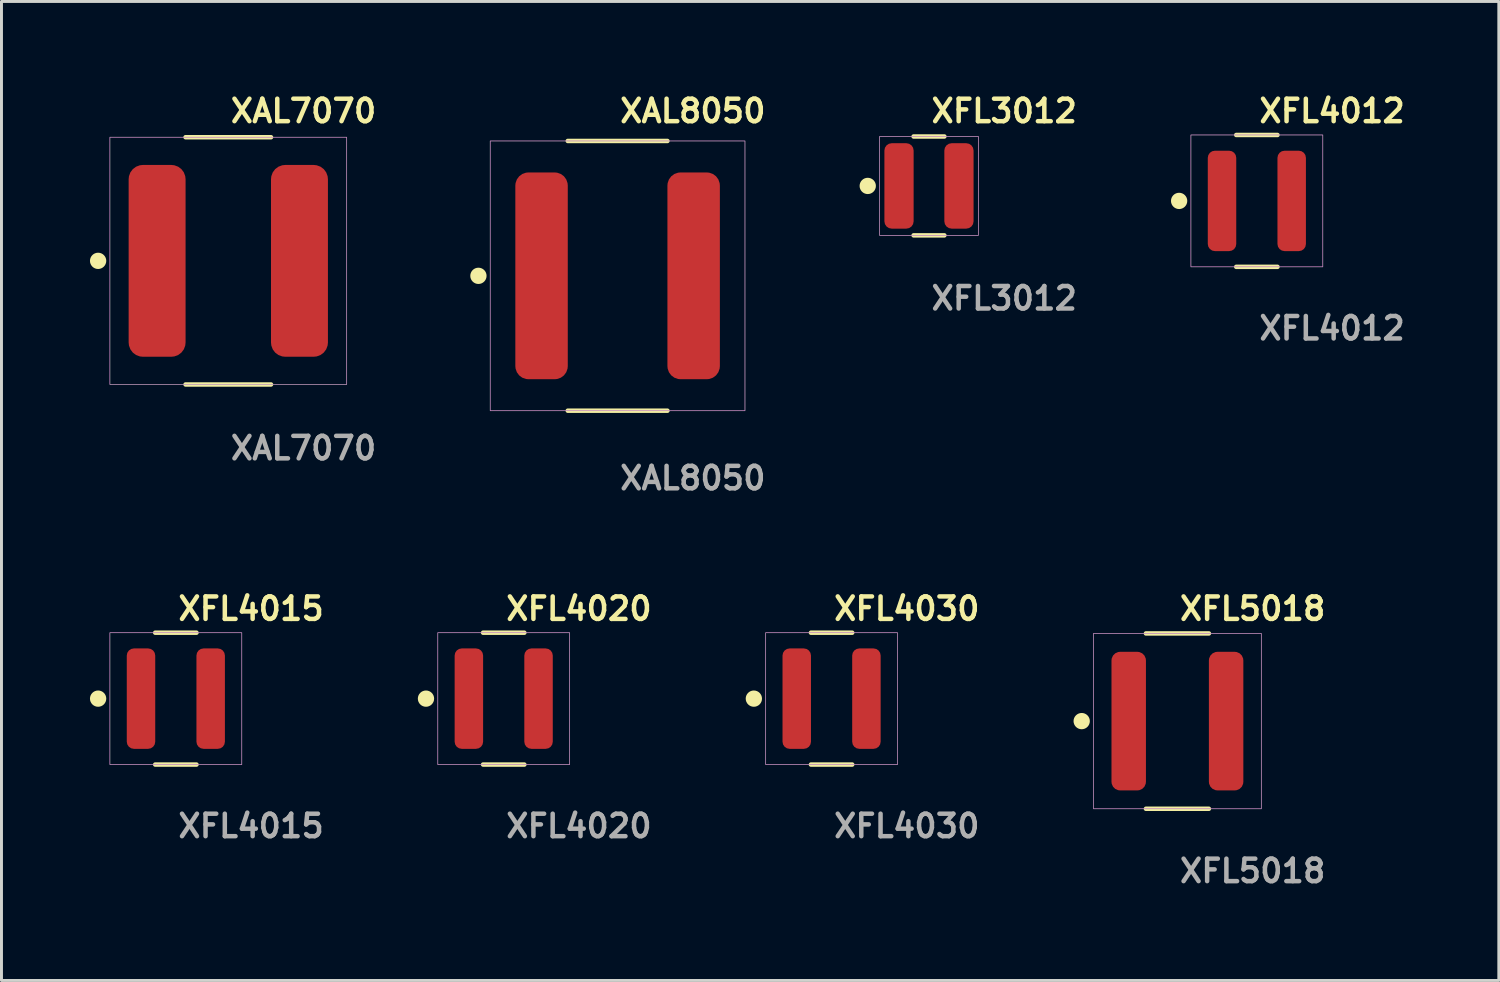
<source format=kicad_pcb>
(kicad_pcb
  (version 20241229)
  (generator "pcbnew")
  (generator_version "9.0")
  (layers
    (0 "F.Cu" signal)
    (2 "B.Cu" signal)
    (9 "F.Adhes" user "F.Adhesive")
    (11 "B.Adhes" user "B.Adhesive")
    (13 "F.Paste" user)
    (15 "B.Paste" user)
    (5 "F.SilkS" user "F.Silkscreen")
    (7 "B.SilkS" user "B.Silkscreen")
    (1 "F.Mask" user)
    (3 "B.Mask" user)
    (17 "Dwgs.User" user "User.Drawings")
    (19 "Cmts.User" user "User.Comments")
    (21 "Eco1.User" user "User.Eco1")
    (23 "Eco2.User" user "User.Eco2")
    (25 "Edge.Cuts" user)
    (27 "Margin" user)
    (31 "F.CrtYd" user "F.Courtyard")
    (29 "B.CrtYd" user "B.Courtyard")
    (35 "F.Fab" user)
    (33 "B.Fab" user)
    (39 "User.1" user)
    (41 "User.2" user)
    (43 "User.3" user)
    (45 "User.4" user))
  (footprint "XFL4015"
    (layer "F.Cu")
    (at 2.911 20.634)
    (property "Reference" "XFL4015" (at 0 -3.048 0) (unlocked yes) (layer "F.SilkS") (effects (font (size 0.762 0.762) (thickness 0.152)) (justify left)))
    (fp_line (start 0.699 -2.235) (end -0.699 -2.235) (stroke (width 0.152) (type solid)) (layer "F.SilkS"))
    (fp_line (start 0.699 2.235) (end -0.699 2.235) (stroke (width 0.152) (type solid)) (layer "F.SilkS"))
    (fp_circle (center -2.635 0) (end -2.835 0) (stroke (width 0.152) (type solid)) (fill yes) (layer "F.SilkS"))
    (fp_rect (start -2.235 -2.235) (end 2.235 2.235) (stroke (width 0.006) (type solid)) (fill no) (layer "F.CrtYd"))
    (fp_rect (start -2.235 -2.235) (end 2.235 2.235) (stroke (width 0.025) (type default)) (fill no) (layer "F.Fab"))
    (fp_text user "${REFERENCE}" (at 0 4.318 0) (unlocked yes) (layer "F.Fab") (effects (font (size 0.762 0.762) (thickness 0.152)) (justify left)))
    (pad "1" smd roundrect (at -1.181 0) (size 0.965 3.404) (layers "F.Cu" "F.Mask" "F.Paste") (roundrect_rratio 0.25))
    (pad "2" smd roundrect (at 1.181 0) (size 0.965 3.404) (layers "F.Cu" "F.Mask" "F.Paste") (roundrect_rratio 0.25)))
  (footprint "XAL8050"
    (layer "F.Cu")
    (at 17.887 6.301)
    (property "Reference" "XAL8050" (at 0 -5.588 0) (unlocked yes) (layer "F.SilkS") (effects (font (size 0.762 0.762) (thickness 0.152)) (justify left)))
    (fp_line (start 1.689 -4.572) (end -1.689 -4.572) (stroke (width 0.152) (type solid)) (layer "F.SilkS"))
    (fp_line (start 1.689 4.572) (end -1.689 4.572) (stroke (width 0.152) (type solid)) (layer "F.SilkS"))
    (fp_circle (center -4.718 0) (end -4.918 0) (stroke (width 0.152) (type solid)) (fill yes) (layer "F.SilkS"))
    (fp_rect (start -4.318 -4.572) (end 4.318 4.572) (stroke (width 0.006) (type solid)) (fill no) (layer "F.CrtYd"))
    (fp_rect (start -4.318 -4.572) (end 4.318 4.572) (stroke (width 0.025) (type default)) (fill no) (layer "F.Fab"))
    (fp_text user "${REFERENCE}" (at 0 6.858 0) (unlocked yes) (layer "F.Fab") (effects (font (size 0.762 0.762) (thickness 0.152)) (justify left)))
    (pad "1" smd roundrect (at -2.578 0) (size 1.778 7.01) (layers "F.Cu" "F.Mask" "F.Paste") (roundrect_rratio 0.25))
    (pad "2" smd roundrect (at 2.578 0) (size 1.778 7.01) (layers "F.Cu" "F.Mask" "F.Paste") (roundrect_rratio 0.25)))
  (footprint "XFL4012"
    (layer "F.Cu")
    (at 39.558 3.761)
    (property "Reference" "XFL4012" (at 0 -3.048 0) (unlocked yes) (layer "F.SilkS") (effects (font (size 0.762 0.762) (thickness 0.152)) (justify left)))
    (fp_line (start 0.699 -2.235) (end -0.699 -2.235) (stroke (width 0.152) (type solid)) (layer "F.SilkS"))
    (fp_line (start 0.699 2.235) (end -0.699 2.235) (stroke (width 0.152) (type solid)) (layer "F.SilkS"))
    (fp_circle (center -2.635 0) (end -2.835 0) (stroke (width 0.152) (type solid)) (fill yes) (layer "F.SilkS"))
    (fp_rect (start -2.235 -2.235) (end 2.235 2.235) (stroke (width 0.006) (type solid)) (fill no) (layer "F.CrtYd"))
    (fp_rect (start -2.235 -2.235) (end 2.235 2.235) (stroke (width 0.025) (type default)) (fill no) (layer "F.Fab"))
    (fp_text user "${REFERENCE}" (at 0 4.318 0) (unlocked yes) (layer "F.Fab") (effects (font (size 0.762 0.762) (thickness 0.152)) (justify left)))
    (pad "1" smd roundrect (at -1.181 0) (size 0.965 3.404) (layers "F.Cu" "F.Mask" "F.Paste") (roundrect_rratio 0.25))
    (pad "2" smd roundrect (at 1.181 0) (size 0.965 3.404) (layers "F.Cu" "F.Mask" "F.Paste") (roundrect_rratio 0.25)))
  (footprint "XFL3012"
    (layer "F.Cu")
    (at 28.443 3.253)
    (property "Reference" "XFL3012" (at 0 -2.54 0) (unlocked yes) (layer "F.SilkS") (effects (font (size 0.762 0.762) (thickness 0.152)) (justify left)))
    (fp_line (start 0.521 -1.676) (end -0.521 -1.676) (stroke (width 0.152) (type solid)) (layer "F.SilkS"))
    (fp_line (start 0.521 1.676) (end -0.521 1.676) (stroke (width 0.152) (type solid)) (layer "F.SilkS"))
    (fp_circle (center -2.076 0) (end -2.276 0) (stroke (width 0.152) (type solid)) (fill yes) (layer "F.SilkS"))
    (fp_rect (start -1.676 -1.676) (end 1.676 1.676) (stroke (width 0.006) (type solid)) (fill no) (layer "F.CrtYd"))
    (fp_rect (start -1.676 -1.676) (end 1.676 1.676) (stroke (width 0.025) (type default)) (fill no) (layer "F.Fab"))
    (fp_text user "${REFERENCE}" (at 0 3.81 0) (unlocked yes) (layer "F.Fab") (effects (font (size 0.762 0.762) (thickness 0.152)) (justify left)))
    (pad "1" smd roundrect (at -1.016 0) (size 0.991 2.896) (layers "F.Cu" "F.Mask" "F.Paste") (roundrect_rratio 0.25))
    (pad "2" smd roundrect (at 1.016 0) (size 0.991 2.896) (layers "F.Cu" "F.Mask" "F.Paste") (roundrect_rratio 0.25)))
  (footprint "XFL5018"
    (layer "F.Cu")
    (at 36.865 21.396)
    (property "Reference" "XFL5018" (at 0 -3.81 0) (unlocked yes) (layer "F.SilkS") (effects (font (size 0.762 0.762) (thickness 0.152)) (justify left)))
    (fp_line (start 1.067 -2.972) (end -1.067 -2.972) (stroke (width 0.152) (type solid)) (layer "F.SilkS"))
    (fp_line (start 1.067 2.972) (end -1.067 2.972) (stroke (width 0.152) (type solid)) (layer "F.SilkS"))
    (fp_circle (center -3.245 0) (end -3.445 0) (stroke (width 0.152) (type solid)) (fill yes) (layer "F.SilkS"))
    (fp_rect (start -2.845 -2.972) (end 2.845 2.972) (stroke (width 0.006) (type solid)) (fill no) (layer "F.CrtYd"))
    (fp_rect (start -2.845 -2.972) (end 2.845 2.972) (stroke (width 0.025) (type default)) (fill no) (layer "F.Fab"))
    (fp_text user "${REFERENCE}" (at 0 5.08 0) (unlocked yes) (layer "F.Fab") (effects (font (size 0.762 0.762) (thickness 0.152)) (justify left)))
    (pad "1" smd roundrect (at -1.651 0) (size 1.168 4.699) (layers "F.Cu" "F.Mask" "F.Paste") (roundrect_rratio 0.25))
    (pad "2" smd roundrect (at 1.651 0) (size 1.168 4.699) (layers "F.Cu" "F.Mask" "F.Paste") (roundrect_rratio 0.25)))
  (footprint "XFL4030"
    (layer "F.Cu")
    (at 25.141 20.634)
    (property "Reference" "XFL4030" (at 0 -3.048 0) (unlocked yes) (layer "F.SilkS") (effects (font (size 0.762 0.762) (thickness 0.152)) (justify left)))
    (fp_line (start 0.699 -2.235) (end -0.699 -2.235) (stroke (width 0.152) (type solid)) (layer "F.SilkS"))
    (fp_line (start 0.699 2.235) (end -0.699 2.235) (stroke (width 0.152) (type solid)) (layer "F.SilkS"))
    (fp_circle (center -2.635 0) (end -2.835 0) (stroke (width 0.152) (type solid)) (fill yes) (layer "F.SilkS"))
    (fp_rect (start -2.235 -2.235) (end 2.235 2.235) (stroke (width 0.006) (type solid)) (fill no) (layer "F.CrtYd"))
    (fp_rect (start -2.235 -2.235) (end 2.235 2.235) (stroke (width 0.025) (type default)) (fill no) (layer "F.Fab"))
    (fp_text user "${REFERENCE}" (at 0 4.318 0) (unlocked yes) (layer "F.Fab") (effects (font (size 0.762 0.762) (thickness 0.152)) (justify left)))
    (pad "1" smd roundrect (at -1.181 0) (size 0.965 3.404) (layers "F.Cu" "F.Mask" "F.Paste") (roundrect_rratio 0.25))
    (pad "2" smd roundrect (at 1.181 0) (size 0.965 3.404) (layers "F.Cu" "F.Mask" "F.Paste") (roundrect_rratio 0.25)))
  (footprint "XAL7070"
    (layer "F.Cu")
    (at 4.689 5.793)
    (property "Reference" "XAL7070" (at 0 -5.08 0) (unlocked yes) (layer "F.SilkS") (effects (font (size 0.762 0.762) (thickness 0.152)) (justify left)))
    (fp_line (start 1.448 -4.191) (end -1.448 -4.191) (stroke (width 0.152) (type solid)) (layer "F.SilkS"))
    (fp_line (start 1.448 4.191) (end -1.448 4.191) (stroke (width 0.152) (type solid)) (layer "F.SilkS"))
    (fp_circle (center -4.413 0) (end -4.613 0) (stroke (width 0.152) (type solid)) (fill yes) (layer "F.SilkS"))
    (fp_rect (start -4.013 -4.191) (end 4.013 4.191) (stroke (width 0.006) (type solid)) (fill no) (layer "F.CrtYd"))
    (fp_rect (start -4.013 -4.191) (end 4.013 4.191) (stroke (width 0.025) (type default)) (fill no) (layer "F.Fab"))
    (fp_text user "${REFERENCE}" (at 0 6.35 0) (unlocked yes) (layer "F.Fab") (effects (font (size 0.762 0.762) (thickness 0.152)) (justify left)))
    (pad "1" smd roundrect (at -2.413 0) (size 1.93 6.502) (layers "F.Cu" "F.Mask" "F.Paste") (roundrect_rratio 0.25))
    (pad "2" smd roundrect (at 2.413 0) (size 1.93 6.502) (layers "F.Cu" "F.Mask" "F.Paste") (roundrect_rratio 0.25)))
  (footprint "XFL4020"
    (layer "F.Cu")
    (at 14.026 20.634)
    (property "Reference" "XFL4020" (at 0 -3.048 0) (unlocked yes) (layer "F.SilkS") (effects (font (size 0.762 0.762) (thickness 0.152)) (justify left)))
    (fp_line (start 0.699 -2.235) (end -0.699 -2.235) (stroke (width 0.152) (type solid)) (layer "F.SilkS"))
    (fp_line (start 0.699 2.235) (end -0.699 2.235) (stroke (width 0.152) (type solid)) (layer "F.SilkS"))
    (fp_circle (center -2.635 0) (end -2.835 0) (stroke (width 0.152) (type solid)) (fill yes) (layer "F.SilkS"))
    (fp_rect (start -2.235 -2.235) (end 2.235 2.235) (stroke (width 0.006) (type solid)) (fill no) (layer "F.CrtYd"))
    (fp_rect (start -2.235 -2.235) (end 2.235 2.235) (stroke (width 0.025) (type default)) (fill no) (layer "F.Fab"))
    (fp_text user "${REFERENCE}" (at 0 4.318 0) (unlocked yes) (layer "F.Fab") (effects (font (size 0.762 0.762) (thickness 0.152)) (justify left)))
    (pad "1" smd roundrect (at -1.181 0) (size 0.965 3.404) (layers "F.Cu" "F.Mask" "F.Paste") (roundrect_rratio 0.25))
    (pad "2" smd roundrect (at 1.181 0) (size 0.965 3.404) (layers "F.Cu" "F.Mask" "F.Paste") (roundrect_rratio 0.25)))
  (gr_rect
    (start -3 -3)
    (end 47.761 30.189)
    (stroke (width 0.1) (type default))
    (fill no)
    (layer "Edge.Cuts")))
</source>
